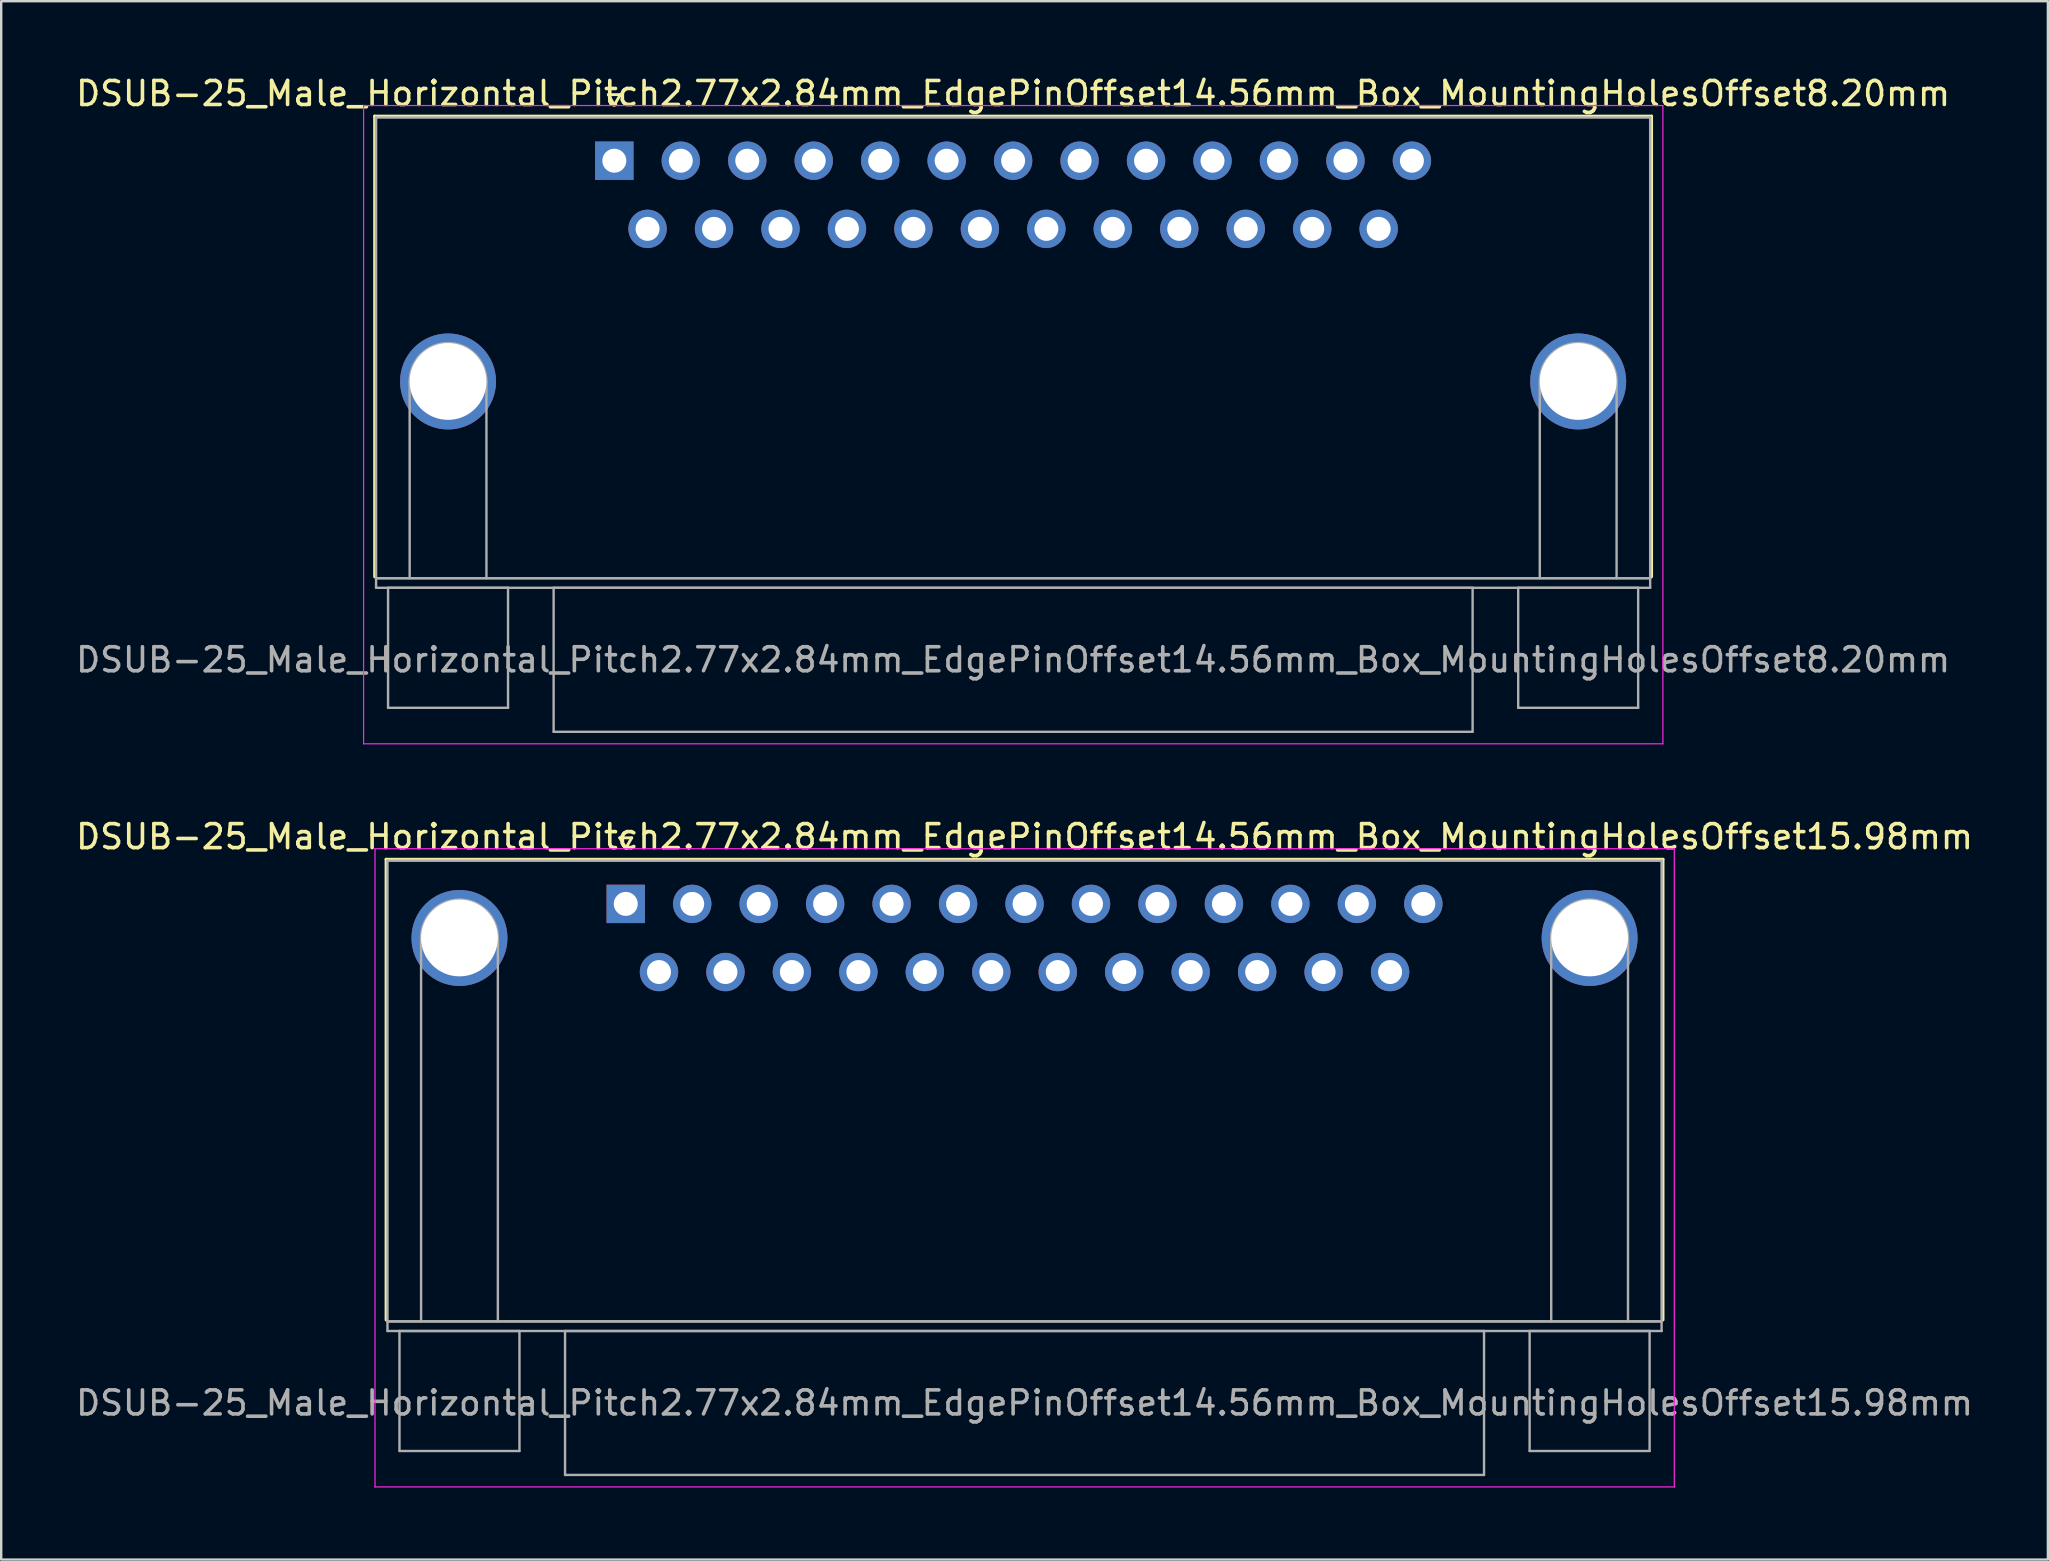
<source format=kicad_pcb>
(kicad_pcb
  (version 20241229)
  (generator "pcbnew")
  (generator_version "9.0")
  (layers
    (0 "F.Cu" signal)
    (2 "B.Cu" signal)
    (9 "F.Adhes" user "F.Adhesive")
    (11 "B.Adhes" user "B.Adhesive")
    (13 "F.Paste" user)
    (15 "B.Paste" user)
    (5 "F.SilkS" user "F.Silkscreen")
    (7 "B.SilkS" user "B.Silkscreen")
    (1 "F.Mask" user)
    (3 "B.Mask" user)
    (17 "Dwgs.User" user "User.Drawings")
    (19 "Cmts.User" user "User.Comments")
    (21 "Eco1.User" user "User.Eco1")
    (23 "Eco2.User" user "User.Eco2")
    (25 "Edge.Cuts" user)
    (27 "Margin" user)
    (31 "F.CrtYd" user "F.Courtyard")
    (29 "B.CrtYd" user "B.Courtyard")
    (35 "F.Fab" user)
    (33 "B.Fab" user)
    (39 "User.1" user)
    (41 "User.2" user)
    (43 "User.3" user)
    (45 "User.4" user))
  (footprint "DSUB-25_Male_Horizontal_Pitch2.77x2.84mm_EdgePinOffset14.56mm_Box_MountingHolesOffset15.98mm"
    (layer "F.Cu")
    (at 23.029 34.621)
    (property "Reference" "DSUB-25_Male_Horizontal_Pitch2.77x2.84mm_EdgePinOffset14.56mm_Box_MountingHolesOffset15.98mm" (at 16.62 -2.8 0) (layer "F.SilkS") (effects (font (size 1 1) (thickness 0.15))))
    (attr through_hole)
    (fp_line (start -9.99 -1.86) (end 43.23 -1.86) (stroke (width 0.12) (type solid)) (layer "F.SilkS"))
    (fp_line (start -9.99 17.34) (end -9.99 -1.86) (stroke (width 0.12) (type solid)) (layer "F.SilkS"))
    (fp_line (start -0.25 -2.754) (end 0.25 -2.754) (stroke (width 0.12) (type solid)) (layer "F.SilkS"))
    (fp_line (start 0 -2.321) (end -0.25 -2.754) (stroke (width 0.12) (type solid)) (layer "F.SilkS"))
    (fp_line (start 0.25 -2.754) (end 0 -2.321) (stroke (width 0.12) (type solid)) (layer "F.SilkS"))
    (fp_line (start 43.23 -1.86) (end 43.23 17.34) (stroke (width 0.12) (type solid)) (layer "F.SilkS"))
    (fp_line (start -10.45 -2.3) (end -10.45 24.3) (stroke (width 0.05) (type solid)) (layer "F.CrtYd"))
    (fp_line (start -10.45 24.3) (end 43.7 24.3) (stroke (width 0.05) (type solid)) (layer "F.CrtYd"))
    (fp_line (start 43.7 -2.3) (end -10.45 -2.3) (stroke (width 0.05) (type solid)) (layer "F.CrtYd"))
    (fp_line (start 43.7 24.3) (end 43.7 -2.3) (stroke (width 0.05) (type solid)) (layer "F.CrtYd"))
    (fp_line (start -9.93 -1.8) (end -9.93 17.4) (stroke (width 0.1) (type solid)) (layer "F.Fab"))
    (fp_line (start -9.93 17.4) (end -9.93 17.8) (stroke (width 0.1) (type solid)) (layer "F.Fab"))
    (fp_line (start -9.93 17.4) (end 43.17 17.4) (stroke (width 0.1) (type solid)) (layer "F.Fab"))
    (fp_line (start -9.93 17.8) (end 43.17 17.8) (stroke (width 0.1) (type solid)) (layer "F.Fab"))
    (fp_line (start -9.43 17.8) (end -9.43 22.8) (stroke (width 0.1) (type solid)) (layer "F.Fab"))
    (fp_line (start -9.43 22.8) (end -4.43 22.8) (stroke (width 0.1) (type solid)) (layer "F.Fab"))
    (fp_line (start -8.53 17.4) (end -8.53 1.42) (stroke (width 0.1) (type solid)) (layer "F.Fab"))
    (fp_line (start -5.33 17.4) (end -5.33 1.42) (stroke (width 0.1) (type solid)) (layer "F.Fab"))
    (fp_line (start -4.43 17.8) (end -9.43 17.8) (stroke (width 0.1) (type solid)) (layer "F.Fab"))
    (fp_line (start -4.43 22.8) (end -4.43 17.8) (stroke (width 0.1) (type solid)) (layer "F.Fab"))
    (fp_line (start -2.53 17.8) (end -2.53 23.8) (stroke (width 0.1) (type solid)) (layer "F.Fab"))
    (fp_line (start -2.53 23.8) (end 35.77 23.8) (stroke (width 0.1) (type solid)) (layer "F.Fab"))
    (fp_line (start 35.77 17.8) (end -2.53 17.8) (stroke (width 0.1) (type solid)) (layer "F.Fab"))
    (fp_line (start 35.77 23.8) (end 35.77 17.8) (stroke (width 0.1) (type solid)) (layer "F.Fab"))
    (fp_line (start 37.67 17.8) (end 37.67 22.8) (stroke (width 0.1) (type solid)) (layer "F.Fab"))
    (fp_line (start 37.67 22.8) (end 42.67 22.8) (stroke (width 0.1) (type solid)) (layer "F.Fab"))
    (fp_line (start 38.57 17.4) (end 38.57 1.42) (stroke (width 0.1) (type solid)) (layer "F.Fab"))
    (fp_line (start 41.77 17.4) (end 41.77 1.42) (stroke (width 0.1) (type solid)) (layer "F.Fab"))
    (fp_line (start 42.67 17.8) (end 37.67 17.8) (stroke (width 0.1) (type solid)) (layer "F.Fab"))
    (fp_line (start 42.67 22.8) (end 42.67 17.8) (stroke (width 0.1) (type solid)) (layer "F.Fab"))
    (fp_line (start 43.17 -1.8) (end -9.93 -1.8) (stroke (width 0.1) (type solid)) (layer "F.Fab"))
    (fp_line (start 43.17 17.4) (end -9.93 17.4) (stroke (width 0.1) (type solid)) (layer "F.Fab"))
    (fp_line (start 43.17 17.4) (end 43.17 -1.8) (stroke (width 0.1) (type solid)) (layer "F.Fab"))
    (fp_line (start 43.17 17.8) (end 43.17 17.4) (stroke (width 0.1) (type solid)) (layer "F.Fab"))
    (fp_arc (start -8.53 1.42) (mid -6.93 -0.18) (end -5.33 1.42) (stroke (width 0.1) (type solid)) (layer "F.Fab"))
    (fp_arc (start 38.57 1.42) (mid 40.17 -0.18) (end 41.77 1.42) (stroke (width 0.1) (type solid)) (layer "F.Fab"))
    (fp_text user "${REFERENCE}" (at 16.62 20.8 0) (layer "F.Fab") (effects (font (size 1 1) (thickness 0.15))))
    (pad "0" thru_hole circle (at -6.93 1.42) (size 4 4) (drill 3.2) (layers "*.Cu" "*.Mask"))
    (pad "0" thru_hole circle (at 40.17 1.42) (size 4 4) (drill 3.2) (layers "*.Cu" "*.Mask"))
    (pad "1" thru_hole rect (at 0 0) (size 1.6 1.6) (drill 1) (layers "*.Cu" "*.Mask"))
    (pad "2" thru_hole circle (at 2.77 0) (size 1.6 1.6) (drill 1) (layers "*.Cu" "*.Mask"))
    (pad "3" thru_hole circle (at 5.54 0) (size 1.6 1.6) (drill 1) (layers "*.Cu" "*.Mask"))
    (pad "4" thru_hole circle (at 8.31 0) (size 1.6 1.6) (drill 1) (layers "*.Cu" "*.Mask"))
    (pad "5" thru_hole circle (at 11.08 0) (size 1.6 1.6) (drill 1) (layers "*.Cu" "*.Mask"))
    (pad "6" thru_hole circle (at 13.85 0) (size 1.6 1.6) (drill 1) (layers "*.Cu" "*.Mask"))
    (pad "7" thru_hole circle (at 16.62 0) (size 1.6 1.6) (drill 1) (layers "*.Cu" "*.Mask"))
    (pad "8" thru_hole circle (at 19.39 0) (size 1.6 1.6) (drill 1) (layers "*.Cu" "*.Mask"))
    (pad "9" thru_hole circle (at 22.16 0) (size 1.6 1.6) (drill 1) (layers "*.Cu" "*.Mask"))
    (pad "10" thru_hole circle (at 24.93 0) (size 1.6 1.6) (drill 1) (layers "*.Cu" "*.Mask"))
    (pad "11" thru_hole circle (at 27.7 0) (size 1.6 1.6) (drill 1) (layers "*.Cu" "*.Mask"))
    (pad "12" thru_hole circle (at 30.47 0) (size 1.6 1.6) (drill 1) (layers "*.Cu" "*.Mask"))
    (pad "13" thru_hole circle (at 33.24 0) (size 1.6 1.6) (drill 1) (layers "*.Cu" "*.Mask"))
    (pad "14" thru_hole circle (at 1.385 2.84) (size 1.6 1.6) (drill 1) (layers "*.Cu" "*.Mask"))
    (pad "15" thru_hole circle (at 4.155 2.84) (size 1.6 1.6) (drill 1) (layers "*.Cu" "*.Mask"))
    (pad "16" thru_hole circle (at 6.925 2.84) (size 1.6 1.6) (drill 1) (layers "*.Cu" "*.Mask"))
    (pad "17" thru_hole circle (at 9.695 2.84) (size 1.6 1.6) (drill 1) (layers "*.Cu" "*.Mask"))
    (pad "18" thru_hole circle (at 12.465 2.84) (size 1.6 1.6) (drill 1) (layers "*.Cu" "*.Mask"))
    (pad "19" thru_hole circle (at 15.235 2.84) (size 1.6 1.6) (drill 1) (layers "*.Cu" "*.Mask"))
    (pad "20" thru_hole circle (at 18.005 2.84) (size 1.6 1.6) (drill 1) (layers "*.Cu" "*.Mask"))
    (pad "21" thru_hole circle (at 20.775 2.84) (size 1.6 1.6) (drill 1) (layers "*.Cu" "*.Mask"))
    (pad "22" thru_hole circle (at 23.545 2.84) (size 1.6 1.6) (drill 1) (layers "*.Cu" "*.Mask"))
    (pad "23" thru_hole circle (at 26.315 2.84) (size 1.6 1.6) (drill 1) (layers "*.Cu" "*.Mask"))
    (pad "24" thru_hole circle (at 29.085 2.84) (size 1.6 1.6) (drill 1) (layers "*.Cu" "*.Mask"))
    (pad "25" thru_hole circle (at 31.855 2.84) (size 1.6 1.6) (drill 1) (layers "*.Cu" "*.Mask")))
  (footprint "DSUB-25_Male_Horizontal_Pitch2.77x2.84mm_EdgePinOffset14.56mm_Box_MountingHolesOffset8.20mm"
    (layer "F.Cu")
    (at 22.553 3.648)
    (property "Reference" "DSUB-25_Male_Horizontal_Pitch2.77x2.84mm_EdgePinOffset14.56mm_Box_MountingHolesOffset8.20mm" (at 16.62 -2.8 0) (layer "F.SilkS") (effects (font (size 1 1) (thickness 0.15))))
    (attr through_hole)
    (fp_line (start -9.99 -1.86) (end 43.23 -1.86) (stroke (width 0.12) (type solid)) (layer "F.SilkS"))
    (fp_line (start -9.99 17.34) (end -9.99 -1.86) (stroke (width 0.12) (type solid)) (layer "F.SilkS"))
    (fp_line (start -0.25 -2.754) (end 0.25 -2.754) (stroke (width 0.12) (type solid)) (layer "F.SilkS"))
    (fp_line (start 0 -2.321) (end -0.25 -2.754) (stroke (width 0.12) (type solid)) (layer "F.SilkS"))
    (fp_line (start 0.25 -2.754) (end 0 -2.321) (stroke (width 0.12) (type solid)) (layer "F.SilkS"))
    (fp_line (start 43.23 -1.86) (end 43.23 17.34) (stroke (width 0.12) (type solid)) (layer "F.SilkS"))
    (fp_line (start -10.45 -2.3) (end -10.45 24.3) (stroke (width 0.05) (type solid)) (layer "F.CrtYd"))
    (fp_line (start -10.45 24.3) (end 43.7 24.3) (stroke (width 0.05) (type solid)) (layer "F.CrtYd"))
    (fp_line (start 43.7 -2.3) (end -10.45 -2.3) (stroke (width 0.05) (type solid)) (layer "F.CrtYd"))
    (fp_line (start 43.7 24.3) (end 43.7 -2.3) (stroke (width 0.05) (type solid)) (layer "F.CrtYd"))
    (fp_line (start -9.93 -1.8) (end -9.93 17.4) (stroke (width 0.1) (type solid)) (layer "F.Fab"))
    (fp_line (start -9.93 17.4) (end -9.93 17.8) (stroke (width 0.1) (type solid)) (layer "F.Fab"))
    (fp_line (start -9.93 17.4) (end 43.17 17.4) (stroke (width 0.1) (type solid)) (layer "F.Fab"))
    (fp_line (start -9.93 17.8) (end 43.17 17.8) (stroke (width 0.1) (type solid)) (layer "F.Fab"))
    (fp_line (start -9.43 17.8) (end -9.43 22.8) (stroke (width 0.1) (type solid)) (layer "F.Fab"))
    (fp_line (start -9.43 22.8) (end -4.43 22.8) (stroke (width 0.1) (type solid)) (layer "F.Fab"))
    (fp_line (start -8.53 17.4) (end -8.53 9.2) (stroke (width 0.1) (type solid)) (layer "F.Fab"))
    (fp_line (start -5.33 17.4) (end -5.33 9.2) (stroke (width 0.1) (type solid)) (layer "F.Fab"))
    (fp_line (start -4.43 17.8) (end -9.43 17.8) (stroke (width 0.1) (type solid)) (layer "F.Fab"))
    (fp_line (start -4.43 22.8) (end -4.43 17.8) (stroke (width 0.1) (type solid)) (layer "F.Fab"))
    (fp_line (start -2.53 17.8) (end -2.53 23.8) (stroke (width 0.1) (type solid)) (layer "F.Fab"))
    (fp_line (start -2.53 23.8) (end 35.77 23.8) (stroke (width 0.1) (type solid)) (layer "F.Fab"))
    (fp_line (start 35.77 17.8) (end -2.53 17.8) (stroke (width 0.1) (type solid)) (layer "F.Fab"))
    (fp_line (start 35.77 23.8) (end 35.77 17.8) (stroke (width 0.1) (type solid)) (layer "F.Fab"))
    (fp_line (start 37.67 17.8) (end 37.67 22.8) (stroke (width 0.1) (type solid)) (layer "F.Fab"))
    (fp_line (start 37.67 22.8) (end 42.67 22.8) (stroke (width 0.1) (type solid)) (layer "F.Fab"))
    (fp_line (start 38.57 17.4) (end 38.57 9.2) (stroke (width 0.1) (type solid)) (layer "F.Fab"))
    (fp_line (start 41.77 17.4) (end 41.77 9.2) (stroke (width 0.1) (type solid)) (layer "F.Fab"))
    (fp_line (start 42.67 17.8) (end 37.67 17.8) (stroke (width 0.1) (type solid)) (layer "F.Fab"))
    (fp_line (start 42.67 22.8) (end 42.67 17.8) (stroke (width 0.1) (type solid)) (layer "F.Fab"))
    (fp_line (start 43.17 -1.8) (end -9.93 -1.8) (stroke (width 0.1) (type solid)) (layer "F.Fab"))
    (fp_line (start 43.17 17.4) (end -9.93 17.4) (stroke (width 0.1) (type solid)) (layer "F.Fab"))
    (fp_line (start 43.17 17.4) (end 43.17 -1.8) (stroke (width 0.1) (type solid)) (layer "F.Fab"))
    (fp_line (start 43.17 17.8) (end 43.17 17.4) (stroke (width 0.1) (type solid)) (layer "F.Fab"))
    (fp_arc (start -8.53 9.2) (mid -6.93 7.6) (end -5.33 9.2) (stroke (width 0.1) (type solid)) (layer "F.Fab"))
    (fp_arc (start 38.57 9.2) (mid 40.17 7.6) (end 41.77 9.2) (stroke (width 0.1) (type solid)) (layer "F.Fab"))
    (fp_text user "${REFERENCE}" (at 16.62 20.8 0) (layer "F.Fab") (effects (font (size 1 1) (thickness 0.15))))
    (pad "0" thru_hole circle (at -6.93 9.2) (size 4 4) (drill 3.2) (layers "*.Cu" "*.Mask"))
    (pad "0" thru_hole circle (at 40.17 9.2) (size 4 4) (drill 3.2) (layers "*.Cu" "*.Mask"))
    (pad "1" thru_hole rect (at 0 0) (size 1.6 1.6) (drill 1) (layers "*.Cu" "*.Mask"))
    (pad "2" thru_hole circle (at 2.77 0) (size 1.6 1.6) (drill 1) (layers "*.Cu" "*.Mask"))
    (pad "3" thru_hole circle (at 5.54 0) (size 1.6 1.6) (drill 1) (layers "*.Cu" "*.Mask"))
    (pad "4" thru_hole circle (at 8.31 0) (size 1.6 1.6) (drill 1) (layers "*.Cu" "*.Mask"))
    (pad "5" thru_hole circle (at 11.08 0) (size 1.6 1.6) (drill 1) (layers "*.Cu" "*.Mask"))
    (pad "6" thru_hole circle (at 13.85 0) (size 1.6 1.6) (drill 1) (layers "*.Cu" "*.Mask"))
    (pad "7" thru_hole circle (at 16.62 0) (size 1.6 1.6) (drill 1) (layers "*.Cu" "*.Mask"))
    (pad "8" thru_hole circle (at 19.39 0) (size 1.6 1.6) (drill 1) (layers "*.Cu" "*.Mask"))
    (pad "9" thru_hole circle (at 22.16 0) (size 1.6 1.6) (drill 1) (layers "*.Cu" "*.Mask"))
    (pad "10" thru_hole circle (at 24.93 0) (size 1.6 1.6) (drill 1) (layers "*.Cu" "*.Mask"))
    (pad "11" thru_hole circle (at 27.7 0) (size 1.6 1.6) (drill 1) (layers "*.Cu" "*.Mask"))
    (pad "12" thru_hole circle (at 30.47 0) (size 1.6 1.6) (drill 1) (layers "*.Cu" "*.Mask"))
    (pad "13" thru_hole circle (at 33.24 0) (size 1.6 1.6) (drill 1) (layers "*.Cu" "*.Mask"))
    (pad "14" thru_hole circle (at 1.385 2.84) (size 1.6 1.6) (drill 1) (layers "*.Cu" "*.Mask"))
    (pad "15" thru_hole circle (at 4.155 2.84) (size 1.6 1.6) (drill 1) (layers "*.Cu" "*.Mask"))
    (pad "16" thru_hole circle (at 6.925 2.84) (size 1.6 1.6) (drill 1) (layers "*.Cu" "*.Mask"))
    (pad "17" thru_hole circle (at 9.695 2.84) (size 1.6 1.6) (drill 1) (layers "*.Cu" "*.Mask"))
    (pad "18" thru_hole circle (at 12.465 2.84) (size 1.6 1.6) (drill 1) (layers "*.Cu" "*.Mask"))
    (pad "19" thru_hole circle (at 15.235 2.84) (size 1.6 1.6) (drill 1) (layers "*.Cu" "*.Mask"))
    (pad "20" thru_hole circle (at 18.005 2.84) (size 1.6 1.6) (drill 1) (layers "*.Cu" "*.Mask"))
    (pad "21" thru_hole circle (at 20.775 2.84) (size 1.6 1.6) (drill 1) (layers "*.Cu" "*.Mask"))
    (pad "22" thru_hole circle (at 23.545 2.84) (size 1.6 1.6) (drill 1) (layers "*.Cu" "*.Mask"))
    (pad "23" thru_hole circle (at 26.315 2.84) (size 1.6 1.6) (drill 1) (layers "*.Cu" "*.Mask"))
    (pad "24" thru_hole circle (at 29.085 2.84) (size 1.6 1.6) (drill 1) (layers "*.Cu" "*.Mask"))
    (pad "25" thru_hole circle (at 31.855 2.84) (size 1.6 1.6) (drill 1) (layers "*.Cu" "*.Mask")))
  (gr_rect
    (start -3 -3)
    (end 82.298 61.947)
    (stroke (width 0.1) (type default))
    (fill no)
    (layer "Edge.Cuts")))
</source>
